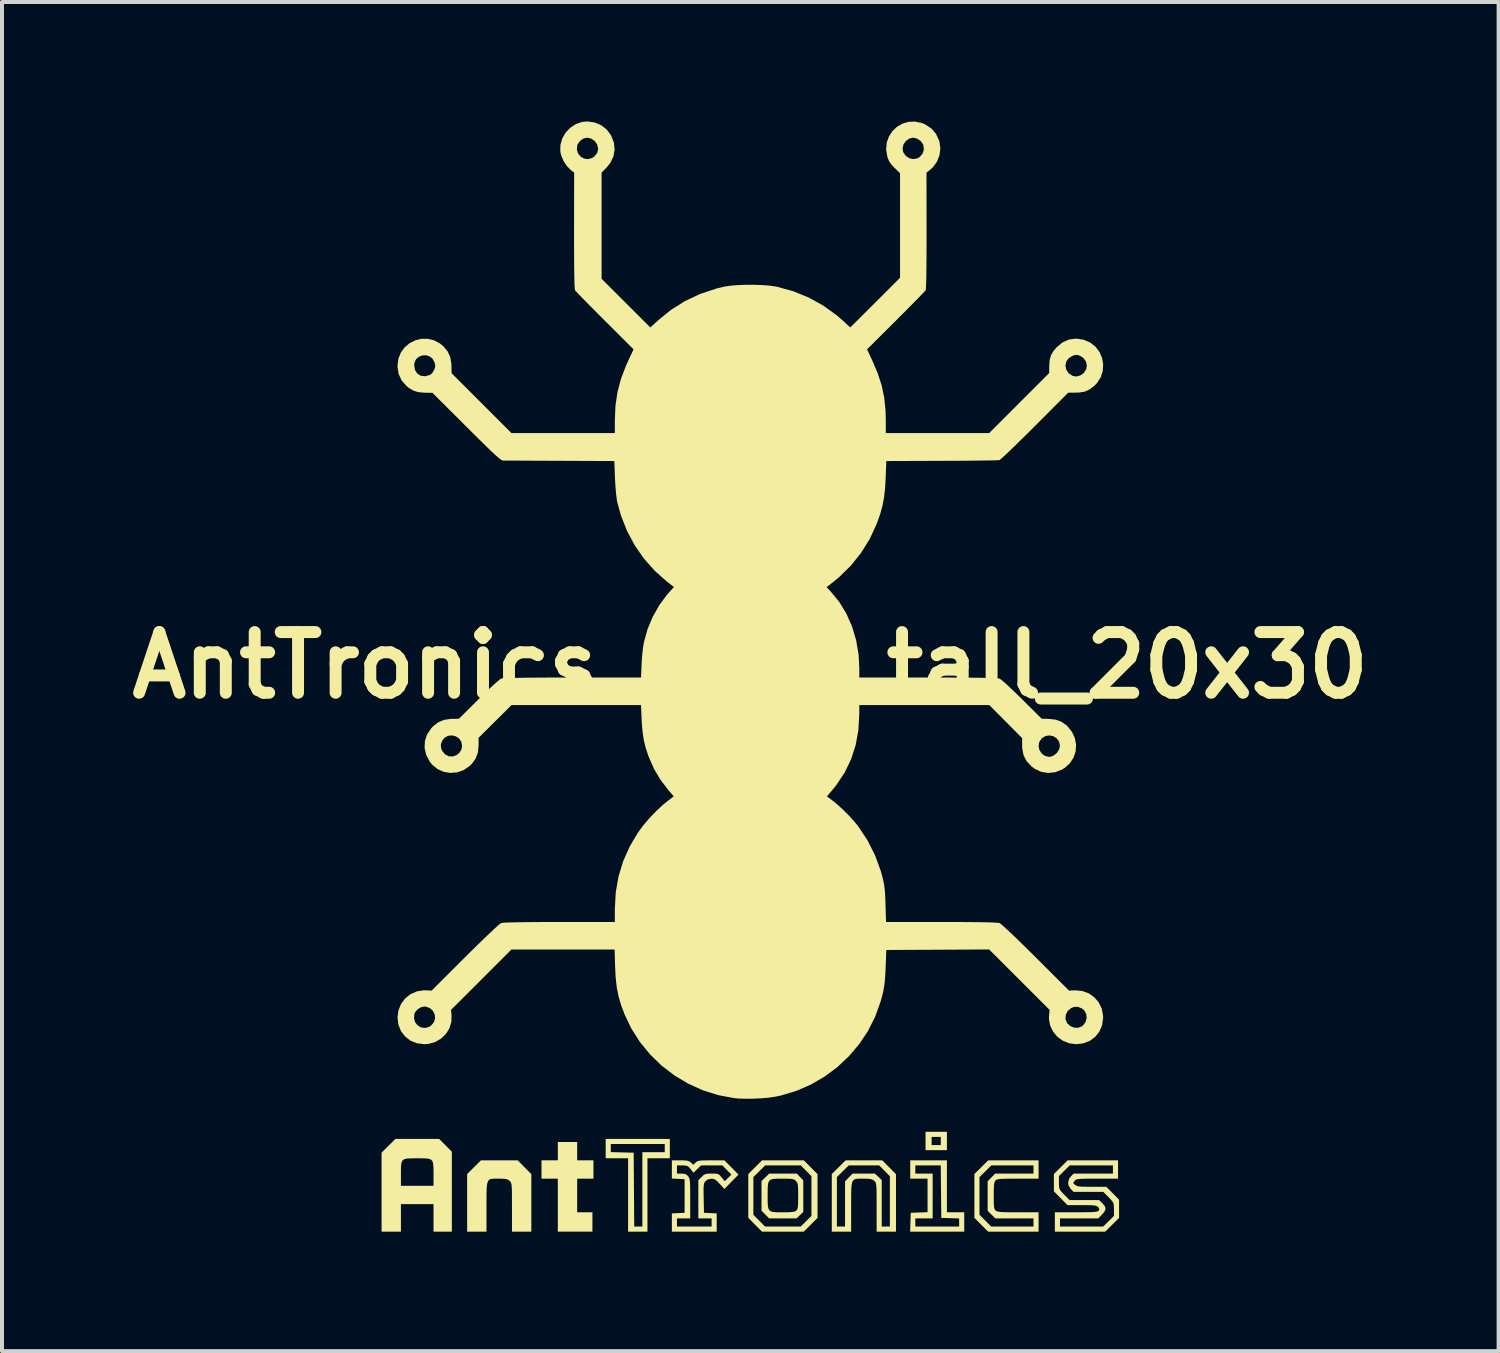
<source format=kicad_pcb>
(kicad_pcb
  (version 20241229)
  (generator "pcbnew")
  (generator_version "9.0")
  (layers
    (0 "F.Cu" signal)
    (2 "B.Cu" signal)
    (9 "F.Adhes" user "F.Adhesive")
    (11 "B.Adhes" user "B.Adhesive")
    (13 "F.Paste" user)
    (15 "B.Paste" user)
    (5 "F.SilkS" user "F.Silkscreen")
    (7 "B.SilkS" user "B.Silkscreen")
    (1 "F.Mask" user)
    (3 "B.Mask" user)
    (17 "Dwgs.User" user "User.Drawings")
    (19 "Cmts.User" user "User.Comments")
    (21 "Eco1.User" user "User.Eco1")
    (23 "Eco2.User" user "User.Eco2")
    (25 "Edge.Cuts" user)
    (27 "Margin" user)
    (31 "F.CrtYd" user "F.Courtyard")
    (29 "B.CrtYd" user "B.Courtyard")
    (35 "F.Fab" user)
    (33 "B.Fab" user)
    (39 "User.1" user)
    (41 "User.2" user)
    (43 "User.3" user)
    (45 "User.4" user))
  (footprint "AntTronics_logo_tall_20x30"
    (layer "F.Cu")
    (at 15.792 13.657)
    (property "Reference" "AntTronics_logo_tall_20x30" (at 0 0 0) (layer "F.SilkS") (effects (font (size 1.524 1.524) (thickness 0.3))))
    (attr board_only exclude_from_pos_files exclude_from_bom)
    (fp_poly (pts (xy 4.937 12.176) (xy 4.4 12.176) (xy 4.4 12.048) (xy 4.553 12.048) (xy 4.783 12.048) (xy 4.783 11.843) (xy 4.553 11.843) (xy 4.553 12.048) (xy 4.4 12.048) (xy 4.4 11.715) (xy 4.937 11.715)) (stroke (width 0) (type solid)) (fill yes) (layer "F.SilkS"))
    (fp_poly (pts (xy -4.348 12.431) (xy -3.939 12.431) (xy -3.939 12.892) (xy -4.348 12.892) (xy -4.348 13.736) (xy -3.965 13.736) (xy -3.965 14.222) (xy -4.834 14.222) (xy -4.834 12.892) (xy -5.244 12.892) (xy -5.244 12.431) (xy -4.834 12.431) (xy -4.834 11.971) (xy -4.348 11.971)) (stroke (width 0) (type solid)) (fill yes) (layer "F.SilkS"))
    (fp_poly (pts (xy -2.021 12.38) (xy -2.583 12.38) (xy -2.583 14.222) (xy -3.069 14.222) (xy -3.069 12.38) (xy -3.632 12.38) (xy -3.632 12.225) (xy -3.504 12.225) (xy -3.217 12.232) (xy -2.929 12.24) (xy -2.922 13.167) (xy -2.915 14.094) (xy -2.711 14.094) (xy -2.711 12.227) (xy -2.149 12.227) (xy -2.149 12.022) (xy -3.504 12.022) (xy -3.504 12.225) (xy -3.632 12.225) (xy -3.632 11.894) (xy -2.021 11.894)) (stroke (width 0) (type solid)) (fill yes) (layer "F.SilkS"))
    (fp_poly (pts (xy 1.516 12.605) (xy 1.688 12.778) (xy 1.688 13.878) (xy 1.515 14.05) (xy 1.342 14.222) (xy 0.293 14.222) (xy 0.121 14.049) (xy -0.051 13.875) (xy -0.051 13.798) (xy 0.077 13.798) (xy 0.223 13.946) (xy 0.369 14.094) (xy 1.265 14.094) (xy 1.4 13.961) (xy 1.535 13.827) (xy 1.535 12.83) (xy 1.401 12.694) (xy 1.268 12.559) (xy 0.372 12.559) (xy 0.225 12.706) (xy 0.077 12.852) (xy 0.077 13.798) (xy -0.051 13.798) (xy -0.051 12.775) (xy 0.122 12.603) (xy 0.295 12.431) (xy 1.344 12.431)) (stroke (width 0) (type solid)) (fill yes) (layer "F.SilkS"))
    (fp_poly (pts (xy 4.937 13.736) (xy 5.372 13.736) (xy 5.372 14.222) (xy 4.014 14.222) (xy 4.018 14.094) (xy 4.144 14.094) (xy 5.244 14.094) (xy 5.244 13.891) (xy 5.02 13.884) (xy 4.796 13.877) (xy 4.789 13.218) (xy 4.782 12.559) (xy 4.144 12.559) (xy 4.144 12.764) (xy 4.579 12.764) (xy 4.579 13.889) (xy 4.144 13.889) (xy 4.144 14.094) (xy 4.018 14.094) (xy 4.021 13.985) (xy 4.029 13.749) (xy 4.24 13.741) (xy 4.451 13.734) (xy 4.451 12.892) (xy 4.016 12.892) (xy 4.016 12.431) (xy 4.937 12.431)) (stroke (width 0) (type solid)) (fill yes) (layer "F.SilkS"))
    (fp_poly (pts (xy -7.654 12.055) (xy -7.495 12.215) (xy -7.495 14.222) (xy -7.955 14.222) (xy -7.955 13.531) (xy -8.774 13.531) (xy -8.774 14.222) (xy -9.26 14.222) (xy -9.26 12.744) (xy -8.774 12.744) (xy -8.774 12.768) (xy -8.774 13.071) (xy -7.955 13.071) (xy -7.955 12.772) (xy -7.956 12.625) (xy -7.963 12.52) (xy -7.983 12.451) (xy -8.024 12.409) (xy -8.094 12.388) (xy -8.2 12.381) (xy -8.349 12.38) (xy -8.36 12.38) (xy -8.514 12.381) (xy -8.624 12.387) (xy -8.697 12.406) (xy -8.742 12.444) (xy -8.764 12.509) (xy -8.773 12.606) (xy -8.774 12.744) (xy -9.26 12.744) (xy -9.26 12.238) (xy -9.086 12.066) (xy -8.913 11.894) (xy -7.813 11.894)) (stroke (width 0) (type solid)) (fill yes) (layer "F.SilkS"))
    (fp_poly (pts (xy -5.671 12.605) (xy -5.499 12.778) (xy -5.499 14.222) (xy -5.985 14.222) (xy -5.985 13.613) (xy -5.986 13.421) (xy -5.986 13.273) (xy -5.988 13.164) (xy -5.992 13.086) (xy -5.998 13.032) (xy -6.008 12.997) (xy -6.02 12.973) (xy -6.037 12.955) (xy -6.045 12.947) (xy -6.081 12.92) (xy -6.126 12.903) (xy -6.192 12.895) (xy -6.294 12.892) (xy -6.322 12.892) (xy -6.411 12.892) (xy -6.481 12.894) (xy -6.534 12.906) (xy -6.572 12.932) (xy -6.597 12.977) (xy -6.613 13.049) (xy -6.621 13.151) (xy -6.625 13.289) (xy -6.625 13.47) (xy -6.625 13.604) (xy -6.625 14.222) (xy -7.111 14.222) (xy -7.111 12.775) (xy -6.938 12.603) (xy -6.764 12.431) (xy -5.843 12.431)) (stroke (width 0) (type solid)) (fill yes) (layer "F.SilkS"))
    (fp_poly (pts (xy 1.248 12.848) (xy 1.33 12.933) (xy 1.33 13.726) (xy 1.246 13.808) (xy 1.161 13.889) (xy 0.471 13.889) (xy 0.376 13.792) (xy 0.281 13.695) (xy 0.281 13.281) (xy 0.435 13.281) (xy 0.435 13.309) (xy 0.435 13.466) (xy 0.441 13.579) (xy 0.459 13.655) (xy 0.494 13.701) (xy 0.554 13.725) (xy 0.645 13.735) (xy 0.774 13.736) (xy 0.814 13.736) (xy 0.949 13.735) (xy 1.042 13.73) (xy 1.103 13.72) (xy 1.141 13.704) (xy 1.155 13.694) (xy 1.175 13.67) (xy 1.189 13.634) (xy 1.197 13.576) (xy 1.201 13.489) (xy 1.202 13.361) (xy 1.202 13.331) (xy 1.202 13.196) (xy 1.198 13.102) (xy 1.192 13.039) (xy 1.179 12.997) (xy 1.16 12.967) (xy 1.147 12.951) (xy 1.118 12.925) (xy 1.085 12.908) (xy 1.036 12.898) (xy 0.961 12.893) (xy 0.848 12.892) (xy 0.81 12.892) (xy 0.671 12.892) (xy 0.571 12.899) (xy 0.505 12.92) (xy 0.464 12.961) (xy 0.443 13.03) (xy 0.436 13.134) (xy 0.435 13.281) (xy 0.281 13.281) (xy 0.281 12.953) (xy 0.475 12.764) (xy 1.167 12.764)) (stroke (width 0) (type solid)) (fill yes) (layer "F.SilkS"))
    (fp_poly (pts (xy 3.486 12.605) (xy 3.658 12.778) (xy 3.658 14.222) (xy 3.172 14.222) (xy 3.172 13.613) (xy 3.172 13.421) (xy 3.171 13.273) (xy 3.169 13.164) (xy 3.165 13.086) (xy 3.159 13.032) (xy 3.15 12.997) (xy 3.137 12.973) (xy 3.12 12.955) (xy 3.113 12.947) (xy 3.076 12.92) (xy 3.031 12.903) (xy 2.965 12.895) (xy 2.863 12.892) (xy 2.835 12.892) (xy 2.746 12.892) (xy 2.676 12.894) (xy 2.624 12.906) (xy 2.586 12.932) (xy 2.56 12.977) (xy 2.544 13.049) (xy 2.536 13.151) (xy 2.533 13.289) (xy 2.532 13.47) (xy 2.532 13.604) (xy 2.532 14.222) (xy 2.046 14.222) (xy 2.046 14.094) (xy 2.174 14.094) (xy 2.379 14.094) (xy 2.379 12.958) (xy 2.568 12.764) (xy 3.131 12.764) (xy 3.215 12.846) (xy 3.3 12.927) (xy 3.3 14.094) (xy 3.504 14.094) (xy 3.504 12.83) (xy 3.371 12.694) (xy 3.237 12.559) (xy 2.47 12.559) (xy 2.322 12.706) (xy 2.174 12.852) (xy 2.174 14.094) (xy 2.046 14.094) (xy 2.046 12.775) (xy 2.22 12.603) (xy 2.393 12.431) (xy 3.314 12.431)) (stroke (width 0) (type solid)) (fill yes) (layer "F.SilkS"))
    (fp_poly (pts (xy 7.239 12.892) (xy 6.718 12.892) (xy 6.541 12.892) (xy 6.408 12.894) (xy 6.311 12.897) (xy 6.245 12.902) (xy 6.202 12.911) (xy 6.174 12.923) (xy 6.156 12.938) (xy 6.156 12.939) (xy 6.138 12.967) (xy 6.125 13.012) (xy 6.118 13.081) (xy 6.114 13.185) (xy 6.113 13.318) (xy 6.114 13.458) (xy 6.117 13.555) (xy 6.124 13.62) (xy 6.136 13.66) (xy 6.153 13.687) (xy 6.16 13.694) (xy 6.182 13.708) (xy 6.217 13.719) (xy 6.271 13.727) (xy 6.351 13.732) (xy 6.465 13.735) (xy 6.618 13.736) (xy 6.723 13.736) (xy 7.239 13.736) (xy 7.239 14.222) (xy 5.971 14.222) (xy 5.799 14.049) (xy 5.627 13.875) (xy 5.627 13.798) (xy 5.755 13.798) (xy 5.902 13.946) (xy 6.048 14.094) (xy 7.111 14.094) (xy 7.111 13.889) (xy 6.154 13.889) (xy 6.057 13.795) (xy 5.96 13.7) (xy 5.96 12.958) (xy 6.149 12.764) (xy 7.111 12.764) (xy 7.111 12.559) (xy 6.051 12.559) (xy 5.903 12.706) (xy 5.755 12.852) (xy 5.755 13.798) (xy 5.627 13.798) (xy 5.627 12.775) (xy 5.801 12.603) (xy 5.974 12.431) (xy 7.239 12.431)) (stroke (width 0) (type solid)) (fill yes) (layer "F.SilkS"))
    (fp_poly (pts (xy -1.651 12.433) (xy -1.58 12.441) (xy -1.532 12.457) (xy -1.495 12.484) (xy -1.492 12.487) (xy -1.432 12.543) (xy -1.373 12.487) (xy -1.345 12.464) (xy -1.311 12.448) (xy -1.262 12.439) (xy -1.188 12.434) (xy -1.08 12.432) (xy -0.982 12.431) (xy -0.651 12.431) (xy -0.473 12.61) (xy -0.296 12.79) (xy -0.474 12.97) (xy -0.652 13.151) (xy -0.769 13.021) (xy -0.839 12.949) (xy -0.892 12.91) (xy -0.942 12.894) (xy -0.976 12.892) (xy -1.071 12.913) (xy -1.122 12.952) (xy -1.144 12.978) (xy -1.159 13.008) (xy -1.168 13.051) (xy -1.173 13.116) (xy -1.174 13.211) (xy -1.172 13.347) (xy -1.171 13.38) (xy -1.164 13.749) (xy -1.004 13.756) (xy -0.844 13.764) (xy -0.844 14.222) (xy -1.97 14.222) (xy -1.97 14.094) (xy -1.842 14.094) (xy -0.972 14.094) (xy -0.972 13.889) (xy -1.305 13.889) (xy -1.305 12.933) (xy -1.223 12.848) (xy -1.175 12.803) (xy -1.13 12.777) (xy -1.072 12.766) (xy -0.982 12.764) (xy -0.969 12.764) (xy -0.877 12.765) (xy -0.818 12.774) (xy -0.778 12.796) (xy -0.737 12.839) (xy -0.72 12.86) (xy -0.642 12.956) (xy -0.559 12.873) (xy -0.475 12.79) (xy -0.701 12.559) (xy -1.238 12.559) (xy -1.332 12.651) (xy -1.427 12.743) (xy -1.5 12.651) (xy -1.548 12.596) (xy -1.594 12.569) (xy -1.658 12.56) (xy -1.707 12.559) (xy -1.842 12.559) (xy -1.842 12.764) (xy -1.728 12.764) (xy -1.647 12.771) (xy -1.594 12.797) (xy -1.562 12.831) (xy -1.544 12.858) (xy -1.53 12.889) (xy -1.521 12.932) (xy -1.515 12.996) (xy -1.511 13.087) (xy -1.51 13.213) (xy -1.509 13.382) (xy -1.509 13.394) (xy -1.509 13.889) (xy -1.842 13.889) (xy -1.842 14.094) (xy -1.97 14.094) (xy -1.97 13.764) (xy -1.65 13.749) (xy -1.65 12.905) (xy -1.81 12.897) (xy -1.97 12.889) (xy -1.97 12.431) (xy -1.76 12.431)) (stroke (width 0) (type solid)) (fill yes) (layer "F.SilkS"))
    (fp_poly (pts (xy 9.234 12.892) (xy 8.714 12.892) (xy 8.537 12.892) (xy 8.405 12.893) (xy 8.31 12.896) (xy 8.244 12.901) (xy 8.201 12.909) (xy 8.172 12.921) (xy 8.152 12.937) (xy 8.145 12.945) (xy 8.113 12.985) (xy 8.117 13.012) (xy 8.156 13.048) (xy 8.186 13.067) (xy 8.225 13.081) (xy 8.282 13.09) (xy 8.366 13.094) (xy 8.486 13.096) (xy 8.579 13.096) (xy 8.941 13.096) (xy 9.1 13.257) (xy 9.26 13.418) (xy 9.26 13.878) (xy 9.086 14.05) (xy 8.913 14.222) (xy 7.648 14.222) (xy 7.648 13.736) (xy 8.182 13.736) (xy 8.366 13.735) (xy 8.504 13.734) (xy 8.605 13.73) (xy 8.674 13.724) (xy 8.717 13.715) (xy 8.742 13.703) (xy 8.748 13.697) (xy 8.766 13.66) (xy 8.746 13.621) (xy 8.735 13.608) (xy 8.712 13.587) (xy 8.681 13.573) (xy 8.634 13.564) (xy 8.56 13.559) (xy 8.451 13.557) (xy 8.328 13.557) (xy 7.967 13.557) (xy 7.795 13.384) (xy 7.623 13.21) (xy 7.623 12.992) (xy 7.75 12.992) (xy 7.752 13.079) (xy 7.761 13.137) (xy 7.785 13.186) (xy 7.832 13.241) (xy 7.884 13.294) (xy 8.017 13.429) (xy 8.758 13.429) (xy 8.843 13.511) (xy 8.904 13.584) (xy 8.922 13.649) (xy 8.895 13.718) (xy 8.832 13.792) (xy 8.738 13.889) (xy 7.776 13.889) (xy 7.776 14.094) (xy 8.862 14.094) (xy 8.997 13.961) (xy 9.132 13.827) (xy 9.132 13.661) (xy 9.13 13.575) (xy 9.121 13.516) (xy 9.097 13.468) (xy 9.05 13.413) (xy 8.998 13.359) (xy 8.865 13.224) (xy 8.118 13.224) (xy 8.049 13.153) (xy 7.992 13.064) (xy 7.981 12.994) (xy 8.003 12.898) (xy 8.049 12.836) (xy 8.118 12.764) (xy 9.106 12.764) (xy 9.106 12.559) (xy 8.021 12.559) (xy 7.75 12.826) (xy 7.75 12.992) (xy 7.623 12.992) (xy 7.623 12.775) (xy 7.796 12.603) (xy 7.969 12.431) (xy 9.234 12.431)) (stroke (width 0) (type solid)) (fill yes) (layer "F.SilkS"))
    (fp_poly (pts (xy -3.908 -13.631) (xy -3.742 -13.562) (xy -3.603 -13.452) (xy -3.497 -13.307) (xy -3.427 -13.129) (xy -3.407 -12.952) (xy -3.437 -12.779) (xy -3.516 -12.616) (xy -3.608 -12.502) (xy -3.735 -12.371) (xy -3.735 -9.707) (xy -2.511 -8.484) (xy -2.323 -8.656) (xy -1.997 -8.922) (xy -1.643 -9.145) (xy -1.262 -9.324) (xy -0.855 -9.46) (xy -0.656 -9.509) (xy -0.509 -9.532) (xy -0.325 -9.547) (xy -0.118 -9.555) (xy 0.096 -9.555) (xy 0.305 -9.548) (xy 0.494 -9.533) (xy 0.649 -9.51) (xy 0.665 -9.507) (xy 1.077 -9.394) (xy 1.467 -9.235) (xy 1.834 -9.032) (xy 2.174 -8.786) (xy 2.323 -8.656) (xy 2.511 -8.484) (xy 3.136 -9.108) (xy 3.76 -9.732) (xy 3.76 -12.357) (xy 3.621 -12.492) (xy 3.537 -12.582) (xy 3.483 -12.663) (xy 3.446 -12.754) (xy 3.44 -12.775) (xy 3.41 -12.956) (xy 3.413 -12.986) (xy 3.823 -12.986) (xy 3.838 -12.889) (xy 3.9 -12.796) (xy 3.988 -12.736) (xy 4.09 -12.712) (xy 4.192 -12.729) (xy 4.254 -12.764) (xy 4.328 -12.852) (xy 4.359 -12.957) (xy 4.344 -13.068) (xy 4.339 -13.08) (xy 4.278 -13.166) (xy 4.188 -13.227) (xy 4.088 -13.25) (xy 3.989 -13.227) (xy 3.907 -13.167) (xy 3.848 -13.083) (xy 3.823 -12.986) (xy 3.413 -12.986) (xy 3.426 -13.126) (xy 3.481 -13.28) (xy 3.569 -13.415) (xy 3.685 -13.524) (xy 3.823 -13.603) (xy 3.978 -13.648) (xy 4.143 -13.654) (xy 4.314 -13.615) (xy 4.394 -13.581) (xy 4.548 -13.48) (xy 4.661 -13.349) (xy 4.739 -13.182) (xy 4.749 -13.152) (xy 4.773 -12.981) (xy 4.751 -12.81) (xy 4.688 -12.648) (xy 4.586 -12.508) (xy 4.527 -12.454) (xy 4.424 -12.371) (xy 4.426 -10.918) (xy 4.426 -10.591) (xy 4.425 -10.299) (xy 4.423 -10.045) (xy 4.421 -9.831) (xy 4.417 -9.659) (xy 4.413 -9.531) (xy 4.408 -9.451) (xy 4.403 -9.42) (xy 4.38 -9.392) (xy 4.324 -9.333) (xy 4.241 -9.246) (xy 4.133 -9.135) (xy 4.004 -9.005) (xy 3.86 -8.86) (xy 3.703 -8.703) (xy 3.655 -8.654) (xy 2.931 -7.934) (xy 3.062 -7.657) (xy 3.2 -7.332) (xy 3.3 -7.023) (xy 3.364 -6.713) (xy 3.396 -6.389) (xy 3.402 -6.171) (xy 3.402 -5.832) (xy 5.999 -5.832) (xy 6.751 -6.585) (xy 7.504 -7.338) (xy 7.507 -7.525) (xy 7.507 -7.532) (xy 7.914 -7.532) (xy 7.932 -7.429) (xy 7.994 -7.334) (xy 7.997 -7.332) (xy 8.092 -7.268) (xy 8.195 -7.252) (xy 8.3 -7.285) (xy 8.373 -7.341) (xy 8.434 -7.431) (xy 8.451 -7.531) (xy 8.428 -7.63) (xy 8.365 -7.716) (xy 8.291 -7.766) (xy 8.225 -7.792) (xy 8.17 -7.794) (xy 8.097 -7.774) (xy 8.097 -7.773) (xy 7.999 -7.716) (xy 7.937 -7.632) (xy 7.914 -7.532) (xy 7.507 -7.532) (xy 7.518 -7.674) (xy 7.553 -7.793) (xy 7.62 -7.902) (xy 7.696 -7.989) (xy 7.841 -8.109) (xy 8.003 -8.181) (xy 8.179 -8.204) (xy 8.364 -8.177) (xy 8.376 -8.174) (xy 8.539 -8.103) (xy 8.671 -7.997) (xy 8.77 -7.866) (xy 8.834 -7.716) (xy 8.861 -7.555) (xy 8.851 -7.392) (xy 8.8 -7.234) (xy 8.707 -7.089) (xy 8.641 -7.021) (xy 8.524 -6.93) (xy 8.406 -6.875) (xy 8.268 -6.85) (xy 8.168 -6.847) (xy 7.984 -6.847) (xy 7.145 -6.006) (xy 6.973 -5.834) (xy 6.81 -5.674) (xy 6.661 -5.528) (xy 6.53 -5.402) (xy 6.419 -5.297) (xy 6.334 -5.218) (xy 6.277 -5.168) (xy 6.254 -5.152) (xy 6.219 -5.15) (xy 6.138 -5.147) (xy 6.016 -5.145) (xy 5.857 -5.142) (xy 5.667 -5.14) (xy 5.449 -5.138) (xy 5.21 -5.136) (xy 4.953 -5.135) (xy 4.809 -5.134) (xy 3.415 -5.129) (xy 3.399 -4.707) (xy 3.384 -4.443) (xy 3.358 -4.214) (xy 3.319 -4.005) (xy 3.262 -3.8) (xy 3.186 -3.583) (xy 3.172 -3.547) (xy 2.999 -3.173) (xy 2.781 -2.823) (xy 2.523 -2.501) (xy 2.227 -2.211) (xy 2.089 -2.098) (xy 1.915 -1.962) (xy 2.015 -1.857) (xy 2.231 -1.595) (xy 2.411 -1.3) (xy 2.554 -0.977) (xy 2.657 -0.631) (xy 2.719 -0.267) (xy 2.737 0.07) (xy 2.737 0.307) (xy 4.462 0.307) (xy 4.862 0.307) (xy 5.211 0.309) (xy 5.509 0.311) (xy 5.758 0.313) (xy 5.956 0.317) (xy 6.105 0.322) (xy 6.205 0.327) (xy 6.255 0.333) (xy 6.259 0.334) (xy 6.296 0.359) (xy 6.363 0.415) (xy 6.455 0.498) (xy 6.566 0.602) (xy 6.692 0.722) (xy 6.824 0.852) (xy 7.317 1.342) (xy 7.489 1.345) (xy 7.664 1.364) (xy 7.81 1.416) (xy 7.94 1.507) (xy 7.964 1.53) (xy 8.079 1.673) (xy 8.151 1.831) (xy 8.181 1.997) (xy 8.169 2.163) (xy 8.116 2.321) (xy 8.024 2.462) (xy 7.893 2.579) (xy 7.831 2.617) (xy 7.657 2.685) (xy 7.479 2.704) (xy 7.305 2.675) (xy 7.141 2.599) (xy 7.054 2.533) (xy 6.936 2.404) (xy 6.862 2.26) (xy 6.829 2.091) (xy 6.826 2.029) (xy 7.239 2.029) (xy 7.26 2.127) (xy 7.314 2.212) (xy 7.395 2.274) (xy 7.5 2.3) (xy 7.502 2.3) (xy 7.557 2.29) (xy 7.623 2.263) (xy 7.699 2.201) (xy 7.754 2.113) (xy 7.776 2.021) (xy 7.776 2.021) (xy 7.754 1.917) (xy 7.696 1.836) (xy 7.612 1.783) (xy 7.515 1.761) (xy 7.414 1.776) (xy 7.322 1.831) (xy 7.314 1.84) (xy 7.255 1.929) (xy 7.239 2.029) (xy 6.826 2.029) (xy 6.826 2.01) (xy 6.826 1.829) (xy 6.413 1.413) (xy 5.999 0.998) (xy 2.737 0.998) (xy 2.736 1.234) (xy 2.713 1.634) (xy 2.644 2.009) (xy 2.53 2.361) (xy 2.371 2.691) (xy 2.166 2.999) (xy 2.085 3.101) (xy 1.923 3.294) (xy 2.042 3.38) (xy 2.169 3.481) (xy 2.312 3.61) (xy 2.459 3.756) (xy 2.595 3.904) (xy 2.709 4.042) (xy 2.712 4.047) (xy 2.943 4.396) (xy 3.133 4.772) (xy 3.278 5.17) (xy 3.312 5.295) (xy 3.34 5.409) (xy 3.361 5.515) (xy 3.375 5.626) (xy 3.385 5.754) (xy 3.392 5.914) (xy 3.395 6.005) (xy 3.408 6.446) (xy 4.798 6.446) (xy 5.144 6.446) (xy 5.446 6.448) (xy 5.702 6.45) (xy 5.911 6.454) (xy 6.072 6.458) (xy 6.185 6.464) (xy 6.248 6.47) (xy 6.259 6.473) (xy 6.291 6.496) (xy 6.356 6.552) (xy 6.448 6.636) (xy 6.565 6.746) (xy 6.702 6.877) (xy 6.855 7.026) (xy 7.021 7.189) (xy 7.167 7.334) (xy 8.003 8.169) (xy 8.158 8.162) (xy 8.338 8.179) (xy 8.501 8.239) (xy 8.641 8.338) (xy 8.751 8.468) (xy 8.826 8.625) (xy 8.859 8.803) (xy 8.86 8.85) (xy 8.836 9.033) (xy 8.768 9.195) (xy 8.663 9.329) (xy 8.525 9.431) (xy 8.362 9.494) (xy 8.187 9.515) (xy 8.007 9.492) (xy 7.846 9.427) (xy 7.709 9.327) (xy 7.601 9.198) (xy 7.529 9.046) (xy 7.499 8.879) (xy 7.913 8.879) (xy 7.915 8.89) (xy 7.956 8.986) (xy 8.03 9.056) (xy 8.123 9.097) (xy 8.224 9.104) (xy 8.319 9.071) (xy 8.351 9.049) (xy 8.418 8.961) (xy 8.446 8.86) (xy 8.436 8.757) (xy 8.388 8.668) (xy 8.331 8.619) (xy 8.228 8.576) (xy 8.13 8.579) (xy 8.057 8.608) (xy 7.973 8.677) (xy 7.923 8.773) (xy 7.913 8.879) (xy 7.499 8.879) (xy 7.499 8.878) (xy 7.503 8.774) (xy 7.517 8.655) (xy 6.757 7.895) (xy 5.997 7.136) (xy 4.706 7.143) (xy 3.415 7.149) (xy 3.399 7.571) (xy 3.39 7.766) (xy 3.378 7.923) (xy 3.362 8.058) (xy 3.339 8.185) (xy 3.307 8.319) (xy 3.27 8.449) (xy 3.135 8.825) (xy 2.956 9.181) (xy 2.735 9.512) (xy 2.478 9.815) (xy 2.188 10.088) (xy 1.868 10.327) (xy 1.522 10.528) (xy 1.154 10.688) (xy 0.768 10.804) (xy 0.632 10.833) (xy 0.476 10.856) (xy 0.289 10.873) (xy 0.088 10.883) (xy -0.111 10.885) (xy -0.289 10.88) (xy -0.403 10.87) (xy -0.806 10.794) (xy -1.194 10.672) (xy -1.563 10.505) (xy -1.909 10.297) (xy -2.229 10.052) (xy -2.518 9.771) (xy -2.774 9.458) (xy -2.991 9.116) (xy -3.157 8.768) (xy -3.244 8.537) (xy -3.308 8.317) (xy -3.353 8.092) (xy -3.381 7.847) (xy -3.395 7.578) (xy -3.408 7.137) (xy -5.998 7.137) (xy -6.757 7.896) (xy -7.517 8.655) (xy -7.503 8.774) (xy -7.506 8.948) (xy -7.554 9.111) (xy -7.641 9.254) (xy -7.762 9.372) (xy -7.91 9.458) (xy -8.079 9.507) (xy -8.187 9.515) (xy -8.37 9.492) (xy -8.533 9.427) (xy -8.668 9.323) (xy -8.772 9.189) (xy -8.837 9.027) (xy -8.857 8.868) (xy -8.445 8.868) (xy -8.415 8.967) (xy -8.353 9.044) (xy -8.27 9.093) (xy -8.174 9.108) (xy -8.074 9.083) (xy -8.009 9.041) (xy -7.942 8.956) (xy -7.916 8.859) (xy -7.928 8.762) (xy -7.974 8.674) (xy -8.049 8.607) (xy -8.149 8.572) (xy -8.19 8.569) (xy -8.281 8.591) (xy -8.365 8.647) (xy -8.424 8.722) (xy -8.436 8.753) (xy -8.445 8.868) (xy -8.857 8.868) (xy -8.86 8.85) (xy -8.837 8.668) (xy -8.771 8.505) (xy -8.669 8.367) (xy -8.536 8.26) (xy -8.379 8.19) (xy -8.203 8.162) (xy -8.158 8.162) (xy -8.003 8.169) (xy -7.167 7.334) (xy -6.994 7.163) (xy -6.83 7.002) (xy -6.679 6.856) (xy -6.545 6.728) (xy -6.432 6.621) (xy -6.344 6.541) (xy -6.284 6.49) (xy -6.259 6.473) (xy -6.214 6.466) (xy -6.12 6.46) (xy -5.976 6.456) (xy -5.784 6.452) (xy -5.545 6.449) (xy -5.26 6.447) (xy -4.93 6.446) (xy -4.794 6.446) (xy -3.402 6.446) (xy -3.402 6.12) (xy -3.379 5.7) (xy -3.309 5.3) (xy -3.192 4.916) (xy -3.025 4.544) (xy -2.826 4.208) (xy -2.698 4.032) (xy -2.54 3.846) (xy -2.367 3.665) (xy -2.194 3.504) (xy -2.103 3.429) (xy -1.924 3.29) (xy -2.046 3.148) (xy -2.253 2.88) (xy -2.418 2.602) (xy -2.552 2.298) (xy -2.569 2.251) (xy -2.631 2.059) (xy -2.676 1.872) (xy -2.706 1.672) (xy -2.725 1.445) (xy -2.73 1.349) (xy -2.745 0.998) (xy -5.995 0.998) (xy -6.409 1.409) (xy -6.824 1.821) (xy -6.823 2.004) (xy -6.84 2.187) (xy -6.897 2.342) (xy -6.996 2.478) (xy -7.054 2.533) (xy -7.202 2.633) (xy -7.365 2.689) (xy -7.534 2.703) (xy -7.699 2.675) (xy -7.853 2.607) (xy -7.986 2.499) (xy -8.051 2.419) (xy -8.14 2.247) (xy -8.18 2.072) (xy -8.176 1.998) (xy -7.773 1.998) (xy -7.761 2.096) (xy -7.737 2.149) (xy -7.667 2.236) (xy -7.575 2.284) (xy -7.473 2.29) (xy -7.373 2.254) (xy -7.309 2.2) (xy -7.255 2.119) (xy -7.239 2.026) (xy -7.239 2.018) (xy -7.26 1.914) (xy -7.317 1.835) (xy -7.397 1.783) (xy -7.491 1.76) (xy -7.587 1.77) (xy -7.674 1.815) (xy -7.74 1.897) (xy -7.773 1.998) (xy -8.176 1.998) (xy -8.171 1.898) (xy -8.114 1.731) (xy -8.009 1.577) (xy -7.964 1.53) (xy -7.836 1.43) (xy -7.694 1.371) (xy -7.525 1.346) (xy -7.489 1.345) (xy -7.317 1.342) (xy -6.824 0.852) (xy -6.69 0.721) (xy -6.565 0.601) (xy -6.454 0.497) (xy -6.362 0.415) (xy -6.295 0.359) (xy -6.259 0.334) (xy -6.217 0.328) (xy -6.125 0.322) (xy -5.985 0.318) (xy -5.795 0.314) (xy -5.555 0.311) (xy -5.265 0.309) (xy -4.924 0.307) (xy -4.533 0.307) (xy -4.466 0.307) (xy -2.745 0.307) (xy -2.73 -0.032) (xy -2.721 -0.182) (xy -2.707 -0.336) (xy -2.69 -0.475) (xy -2.673 -0.576) (xy -2.583 -0.9) (xy -2.452 -1.216) (xy -2.285 -1.511) (xy -2.09 -1.775) (xy -2.042 -1.829) (xy -1.918 -1.965) (xy -2.091 -2.099) (xy -2.396 -2.369) (xy -2.668 -2.675) (xy -2.902 -3.012) (xy -3.097 -3.376) (xy -3.249 -3.763) (xy -3.342 -4.1) (xy -3.357 -4.191) (xy -3.372 -4.319) (xy -3.385 -4.47) (xy -3.395 -4.63) (xy -3.399 -4.707) (xy -3.415 -5.129) (xy -4.77 -5.135) (xy -5.031 -5.136) (xy -5.279 -5.137) (xy -5.507 -5.138) (xy -5.712 -5.139) (xy -5.888 -5.14) (xy -6.03 -5.14) (xy -6.133 -5.141) (xy -6.192 -5.141) (xy -6.202 -5.141) (xy -6.224 -5.145) (xy -6.253 -5.159) (xy -6.292 -5.186) (xy -6.344 -5.229) (xy -6.413 -5.29) (xy -6.502 -5.373) (xy -6.613 -5.48) (xy -6.751 -5.616) (xy -6.918 -5.781) (xy -7.118 -5.98) (xy -7.13 -5.992) (xy -7.982 -6.842) (xy -8.167 -6.845) (xy -8.327 -6.857) (xy -8.456 -6.895) (xy -8.573 -6.964) (xy -8.64 -7.02) (xy -8.759 -7.158) (xy -8.832 -7.318) (xy -8.86 -7.502) (xy -8.86 -7.52) (xy -8.858 -7.534) (xy -8.441 -7.534) (xy -8.42 -7.415) (xy -8.363 -7.326) (xy -8.277 -7.272) (xy -8.172 -7.258) (xy -8.053 -7.289) (xy -8.039 -7.295) (xy -7.991 -7.336) (xy -7.946 -7.401) (xy -7.941 -7.413) (xy -7.914 -7.485) (xy -7.915 -7.551) (xy -7.928 -7.601) (xy -7.977 -7.696) (xy -8.052 -7.757) (xy -8.142 -7.786) (xy -8.235 -7.782) (xy -8.322 -7.749) (xy -8.392 -7.688) (xy -8.434 -7.599) (xy -8.441 -7.534) (xy -8.858 -7.534) (xy -8.838 -7.698) (xy -8.776 -7.854) (xy -8.681 -7.984) (xy -8.559 -8.087) (xy -8.417 -8.159) (xy -8.263 -8.198) (xy -8.103 -8.2) (xy -7.944 -8.162) (xy -7.793 -8.082) (xy -7.701 -8.004) (xy -7.599 -7.879) (xy -7.536 -7.742) (xy -7.508 -7.579) (xy -7.505 -7.523) (xy -7.501 -7.335) (xy -6.75 -6.583) (xy -5.999 -5.832) (xy -3.402 -5.832) (xy -3.402 -6.16) (xy -3.386 -6.521) (xy -3.336 -6.859) (xy -3.25 -7.188) (xy -3.123 -7.523) (xy -3.062 -7.657) (xy -2.932 -7.934) (xy -3.655 -8.655) (xy -3.814 -8.814) (xy -3.963 -8.964) (xy -4.096 -9.099) (xy -4.211 -9.216) (xy -4.302 -9.31) (xy -4.367 -9.379) (xy -4.4 -9.416) (xy -4.403 -9.421) (xy -4.409 -9.456) (xy -4.414 -9.54) (xy -4.418 -9.671) (xy -4.421 -9.845) (xy -4.424 -10.06) (xy -4.425 -10.314) (xy -4.426 -10.604) (xy -4.426 -10.919) (xy -4.424 -12.373) (xy -4.514 -12.442) (xy -4.607 -12.537) (xy -4.689 -12.662) (xy -4.748 -12.799) (xy -4.771 -12.895) (xy -4.771 -12.944) (xy -4.355 -12.944) (xy -4.323 -12.847) (xy -4.261 -12.772) (xy -4.176 -12.725) (xy -4.079 -12.711) (xy -3.978 -12.737) (xy -3.917 -12.777) (xy -3.845 -12.866) (xy -3.821 -12.969) (xy -3.846 -13.079) (xy -3.907 -13.166) (xy -3.997 -13.227) (xy -4.098 -13.25) (xy -4.193 -13.227) (xy -4.278 -13.166) (xy -4.337 -13.082) (xy -4.346 -13.056) (xy -4.355 -12.944) (xy -4.771 -12.944) (xy -4.77 -13.065) (xy -4.724 -13.227) (xy -4.641 -13.373) (xy -4.525 -13.496) (xy -4.385 -13.589) (xy -4.226 -13.645) (xy -4.095 -13.657)) (stroke (width 0) (type solid)) (fill yes) (layer "F.SilkS")))
  (gr_rect
    (start -3 -3)
    (end 34.583 30.879)
    (stroke (width 0.1) (type default))
    (fill no)
    (layer "Edge.Cuts")))
</source>
